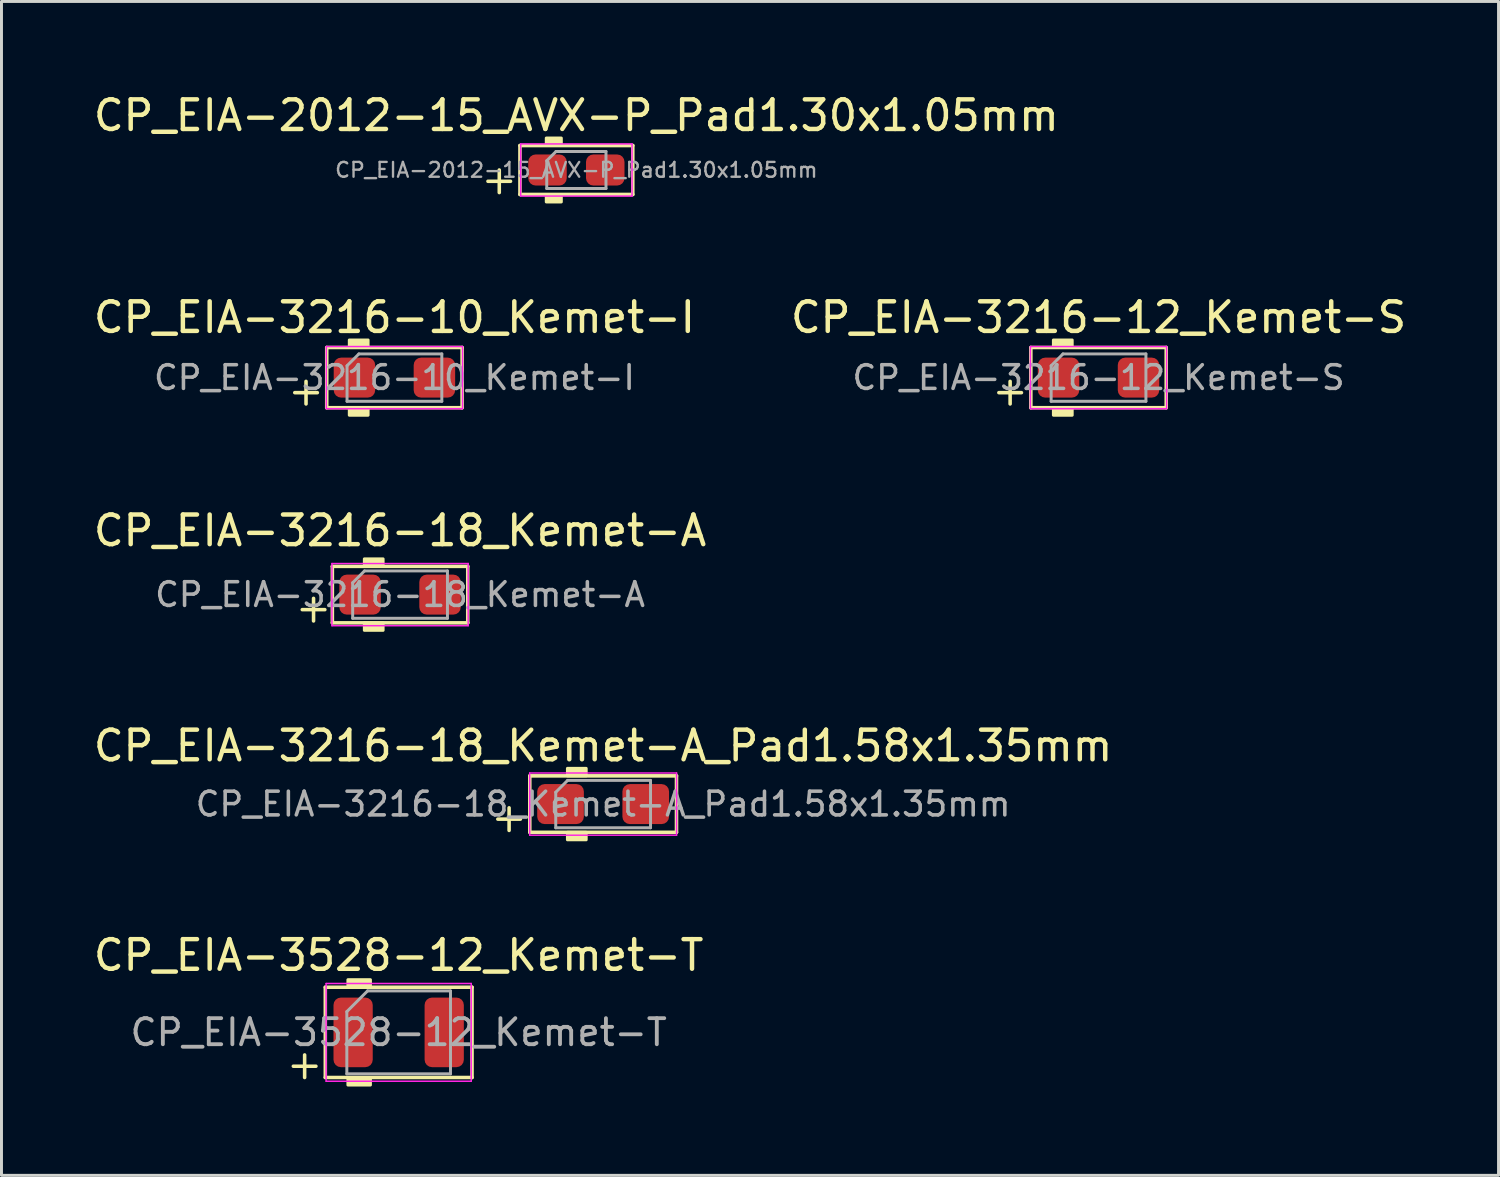
<source format=kicad_pcb>
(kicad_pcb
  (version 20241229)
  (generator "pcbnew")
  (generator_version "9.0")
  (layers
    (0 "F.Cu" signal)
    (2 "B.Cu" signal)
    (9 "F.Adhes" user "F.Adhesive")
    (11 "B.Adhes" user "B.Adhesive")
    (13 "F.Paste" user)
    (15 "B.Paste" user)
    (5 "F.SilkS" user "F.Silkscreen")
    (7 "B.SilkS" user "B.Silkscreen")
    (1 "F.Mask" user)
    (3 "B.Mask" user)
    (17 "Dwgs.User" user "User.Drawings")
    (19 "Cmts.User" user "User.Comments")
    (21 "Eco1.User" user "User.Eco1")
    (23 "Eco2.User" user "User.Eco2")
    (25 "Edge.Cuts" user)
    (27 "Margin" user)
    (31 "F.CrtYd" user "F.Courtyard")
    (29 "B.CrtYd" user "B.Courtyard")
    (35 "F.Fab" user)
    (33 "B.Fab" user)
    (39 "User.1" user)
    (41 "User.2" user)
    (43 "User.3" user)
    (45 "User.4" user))
  (footprint "CP_EIA-2012-15_AVX-P_Pad1.30x1.05mm"
    (layer "F.Cu")
    (at 16.411 2.69)
    (property "Reference" "CP_EIA-2012-15_AVX-P_Pad1.30x1.05mm" (at 0 -1.841 0) (layer "F.SilkS") (effects (font (size 1 1) (thickness 0.15))))
    (attr smd)
    (fp_line (start -2.985 0.381) (end -2.223 0.381) (stroke (width 0.12) (type solid)) (layer "F.SilkS"))
    (fp_line (start -2.603 0) (end -2.603 0.762) (stroke (width 0.12) (type solid)) (layer "F.SilkS"))
    (fp_line (start -1.905 -0.826) (end -1.905 0.826) (stroke (width 0.12) (type solid)) (layer "F.SilkS"))
    (fp_line (start -1.905 0.826) (end 1.905 0.826) (stroke (width 0.12) (type solid)) (layer "F.SilkS"))
    (fp_line (start 1.905 -0.826) (end -1.905 -0.826) (stroke (width 0.12) (type solid)) (layer "F.SilkS"))
    (fp_line (start 1.905 0.826) (end 1.905 -0.826) (stroke (width 0.12) (type solid)) (layer "F.SilkS"))
    (fp_poly (pts (xy -0.508 -0.826) (xy -1.016 -0.826) (xy -1.016 -1.079) (xy -0.508 -1.079)) (stroke (width 0.1) (type solid)) (fill yes) (layer "F.SilkS"))
    (fp_poly (pts (xy -0.508 1.079) (xy -1.016 1.079) (xy -1.016 0.826) (xy -0.508 0.826)) (stroke (width 0.1) (type solid)) (fill yes) (layer "F.SilkS"))
    (fp_line (start -1.88 -0.88) (end 1.88 -0.88) (stroke (width 0.05) (type solid)) (layer "F.CrtYd"))
    (fp_line (start -1.88 0.88) (end -1.88 -0.88) (stroke (width 0.05) (type solid)) (layer "F.CrtYd"))
    (fp_line (start 1.88 -0.88) (end 1.88 0.88) (stroke (width 0.05) (type solid)) (layer "F.CrtYd"))
    (fp_line (start 1.88 0.88) (end -1.88 0.88) (stroke (width 0.05) (type solid)) (layer "F.CrtYd"))
    (fp_line (start -1 -0.312) (end -1 0.625) (stroke (width 0.1) (type solid)) (layer "F.Fab"))
    (fp_line (start -1 0.625) (end 1 0.625) (stroke (width 0.1) (type solid)) (layer "F.Fab"))
    (fp_line (start -0.688 -0.625) (end -1 -0.312) (stroke (width 0.1) (type solid)) (layer "F.Fab"))
    (fp_line (start 1 -0.625) (end -0.688 -0.625) (stroke (width 0.1) (type solid)) (layer "F.Fab"))
    (fp_line (start 1 0.625) (end 1 -0.625) (stroke (width 0.1) (type solid)) (layer "F.Fab"))
    (fp_text user "${REFERENCE}" (at 0 0 0) (layer "F.Fab") (effects (font (size 0.5 0.5) (thickness 0.08))))
    (pad "1" smd roundrect (at -0.975 0) (size 1.3 1.05) (layers "F.Cu" "F.Mask" "F.Paste") (roundrect_rratio 0.238))
    (pad "2" smd roundrect (at 0.975 0) (size 1.3 1.05) (layers "F.Cu" "F.Mask" "F.Paste") (roundrect_rratio 0.238)))
  (footprint "CP_EIA-3216-18_Kemet-A"
    (layer "F.Cu")
    (at 10.458 17.027)
    (property "Reference" "CP_EIA-3216-18_Kemet-A" (at 0 -2.159 0) (layer "F.SilkS") (effects (font (size 1 1) (thickness 0.15))))
    (attr smd)
    (fp_line (start -3.302 0.508) (end -2.54 0.508) (stroke (width 0.12) (type solid)) (layer "F.SilkS"))
    (fp_line (start -2.921 0.127) (end -2.921 0.889) (stroke (width 0.12) (type solid)) (layer "F.SilkS"))
    (fp_line (start -2.286 -0.953) (end -2.286 0.953) (stroke (width 0.12) (type solid)) (layer "F.SilkS"))
    (fp_line (start -2.286 0.953) (end 2.286 0.953) (stroke (width 0.12) (type solid)) (layer "F.SilkS"))
    (fp_line (start 2.286 -0.953) (end -2.286 -0.953) (stroke (width 0.12) (type solid)) (layer "F.SilkS"))
    (fp_line (start 2.286 0.953) (end 2.286 -0.953) (stroke (width 0.12) (type solid)) (layer "F.SilkS"))
    (fp_poly (pts (xy -0.572 -0.953) (xy -1.206 -0.953) (xy -1.206 -1.206) (xy -0.572 -1.206)) (stroke (width 0.1) (type solid)) (fill yes) (layer "F.SilkS"))
    (fp_poly (pts (xy -0.572 1.206) (xy -1.206 1.206) (xy -1.206 0.953) (xy -0.572 0.953)) (stroke (width 0.1) (type solid)) (fill yes) (layer "F.SilkS"))
    (fp_line (start -2.3 -1.05) (end 2.3 -1.05) (stroke (width 0.05) (type solid)) (layer "F.CrtYd"))
    (fp_line (start -2.3 1.05) (end -2.3 -1.05) (stroke (width 0.05) (type solid)) (layer "F.CrtYd"))
    (fp_line (start 2.3 -1.05) (end 2.3 1.05) (stroke (width 0.05) (type solid)) (layer "F.CrtYd"))
    (fp_line (start 2.3 1.05) (end -2.3 1.05) (stroke (width 0.05) (type solid)) (layer "F.CrtYd"))
    (fp_line (start -1.6 -0.4) (end -1.6 0.8) (stroke (width 0.1) (type solid)) (layer "F.Fab"))
    (fp_line (start -1.6 0.8) (end 1.6 0.8) (stroke (width 0.1) (type solid)) (layer "F.Fab"))
    (fp_line (start -1.2 -0.8) (end -1.6 -0.4) (stroke (width 0.1) (type solid)) (layer "F.Fab"))
    (fp_line (start 1.6 -0.8) (end -1.2 -0.8) (stroke (width 0.1) (type solid)) (layer "F.Fab"))
    (fp_line (start 1.6 0.8) (end 1.6 -0.8) (stroke (width 0.1) (type solid)) (layer "F.Fab"))
    (fp_text user "${REFERENCE}" (at 0 0 0) (layer "F.Fab") (effects (font (size 0.8 0.8) (thickness 0.12))))
    (pad "1" smd roundrect (at -1.35 0) (size 1.4 1.35) (layers "F.Cu" "F.Mask" "F.Paste") (roundrect_rratio 0.185))
    (pad "2" smd roundrect (at 1.35 0) (size 1.4 1.35) (layers "F.Cu" "F.Mask" "F.Paste") (roundrect_rratio 0.185)))
  (footprint "CP_EIA-3528-12_Kemet-T"
    (layer "F.Cu")
    (at 10.411 31.808)
    (property "Reference" "CP_EIA-3528-12_Kemet-T" (at 0 -2.603 0) (layer "F.SilkS") (effects (font (size 1 1) (thickness 0.15))))
    (attr smd)
    (fp_line (start -3.556 1.143) (end -2.794 1.143) (stroke (width 0.12) (type solid)) (layer "F.SilkS"))
    (fp_line (start -3.175 0.762) (end -3.175 1.524) (stroke (width 0.12) (type solid)) (layer "F.SilkS"))
    (fp_line (start -2.477 -1.524) (end 2.477 -1.524) (stroke (width 0.12) (type solid)) (layer "F.SilkS"))
    (fp_line (start -2.477 1.524) (end -2.477 -1.524) (stroke (width 0.12) (type solid)) (layer "F.SilkS"))
    (fp_line (start 2.477 -1.524) (end 2.477 1.524) (stroke (width 0.12) (type solid)) (layer "F.SilkS"))
    (fp_line (start 2.477 1.524) (end -2.477 1.524) (stroke (width 0.12) (type solid)) (layer "F.SilkS"))
    (fp_poly (pts (xy -0.953 -1.524) (xy -1.714 -1.524) (xy -1.714 -1.778) (xy -0.953 -1.778)) (stroke (width 0.1) (type solid)) (fill yes) (layer "F.SilkS"))
    (fp_poly (pts (xy -0.953 1.778) (xy -1.714 1.778) (xy -1.714 1.524) (xy -0.953 1.524)) (stroke (width 0.1) (type solid)) (fill yes) (layer "F.SilkS"))
    (fp_line (start -2.45 -1.65) (end 2.45 -1.65) (stroke (width 0.05) (type solid)) (layer "F.CrtYd"))
    (fp_line (start -2.45 1.65) (end -2.45 -1.65) (stroke (width 0.05) (type solid)) (layer "F.CrtYd"))
    (fp_line (start 2.45 -1.65) (end 2.45 1.65) (stroke (width 0.05) (type solid)) (layer "F.CrtYd"))
    (fp_line (start 2.45 1.65) (end -2.45 1.65) (stroke (width 0.05) (type solid)) (layer "F.CrtYd"))
    (fp_line (start -1.75 -0.7) (end -1.75 1.4) (stroke (width 0.1) (type solid)) (layer "F.Fab"))
    (fp_line (start -1.75 1.4) (end 1.75 1.4) (stroke (width 0.1) (type solid)) (layer "F.Fab"))
    (fp_line (start -1.05 -1.4) (end -1.75 -0.7) (stroke (width 0.1) (type solid)) (layer "F.Fab"))
    (fp_line (start 1.75 -1.4) (end -1.05 -1.4) (stroke (width 0.1) (type solid)) (layer "F.Fab"))
    (fp_line (start 1.75 1.4) (end 1.75 -1.4) (stroke (width 0.1) (type solid)) (layer "F.Fab"))
    (fp_text user "${REFERENCE}" (at 0 0 0) (layer "F.Fab") (effects (font (size 0.88 0.88) (thickness 0.13))))
    (pad "1" smd roundrect (at -1.538 0) (size 1.325 2.35) (layers "F.Cu" "F.Mask" "F.Paste") (roundrect_rratio 0.189))
    (pad "2" smd roundrect (at 1.538 0) (size 1.325 2.35) (layers "F.Cu" "F.Mask" "F.Paste") (roundrect_rratio 0.189)))
  (footprint "CP_EIA-3216-10_Kemet-I"
    (layer "F.Cu")
    (at 10.268 9.7)
    (property "Reference" "CP_EIA-3216-10_Kemet-I" (at 0 -2.032 0) (layer "F.SilkS") (effects (font (size 1 1) (thickness 0.15))))
    (attr smd)
    (fp_line (start -3.365 0.508) (end -2.603 0.508) (stroke (width 0.12) (type solid)) (layer "F.SilkS"))
    (fp_line (start -2.985 0.127) (end -2.985 0.889) (stroke (width 0.12) (type solid)) (layer "F.SilkS"))
    (fp_line (start -2.286 -1.016) (end -2.286 1.016) (stroke (width 0.12) (type solid)) (layer "F.SilkS"))
    (fp_line (start -2.286 1.016) (end 2.286 1.016) (stroke (width 0.12) (type solid)) (layer "F.SilkS"))
    (fp_line (start 2.286 -1.016) (end -2.286 -1.016) (stroke (width 0.12) (type solid)) (layer "F.SilkS"))
    (fp_line (start 2.286 1.016) (end 2.286 -1.016) (stroke (width 0.12) (type solid)) (layer "F.SilkS"))
    (fp_poly (pts (xy -0.889 -1.016) (xy -1.524 -1.016) (xy -1.524 -1.27) (xy -0.889 -1.27)) (stroke (width 0.1) (type solid)) (fill yes) (layer "F.SilkS"))
    (fp_poly (pts (xy -0.889 1.27) (xy -1.524 1.27) (xy -1.524 1.016) (xy -0.889 1.016)) (stroke (width 0.1) (type solid)) (fill yes) (layer "F.SilkS"))
    (fp_line (start -2.3 -1.05) (end 2.3 -1.05) (stroke (width 0.05) (type solid)) (layer "F.CrtYd"))
    (fp_line (start -2.3 1.05) (end -2.3 -1.05) (stroke (width 0.05) (type solid)) (layer "F.CrtYd"))
    (fp_line (start 2.3 -1.05) (end 2.3 1.05) (stroke (width 0.05) (type solid)) (layer "F.CrtYd"))
    (fp_line (start 2.3 1.05) (end -2.3 1.05) (stroke (width 0.05) (type solid)) (layer "F.CrtYd"))
    (fp_line (start -1.6 -0.4) (end -1.6 0.8) (stroke (width 0.1) (type solid)) (layer "F.Fab"))
    (fp_line (start -1.6 0.8) (end 1.6 0.8) (stroke (width 0.1) (type solid)) (layer "F.Fab"))
    (fp_line (start -1.2 -0.8) (end -1.6 -0.4) (stroke (width 0.1) (type solid)) (layer "F.Fab"))
    (fp_line (start 1.6 -0.8) (end -1.2 -0.8) (stroke (width 0.1) (type solid)) (layer "F.Fab"))
    (fp_line (start 1.6 0.8) (end 1.6 -0.8) (stroke (width 0.1) (type solid)) (layer "F.Fab"))
    (fp_text user "${REFERENCE}" (at 0 0 0) (layer "F.Fab") (effects (font (size 0.8 0.8) (thickness 0.12))))
    (pad "1" smd roundrect (at -1.35 0) (size 1.4 1.35) (layers "F.Cu" "F.Mask" "F.Paste") (roundrect_rratio 0.185))
    (pad "2" smd roundrect (at 1.35 0) (size 1.4 1.35) (layers "F.Cu" "F.Mask" "F.Paste") (roundrect_rratio 0.185)))
  (footprint "CP_EIA-3216-18_Kemet-A_Pad1.58x1.35mm"
    (layer "F.Cu")
    (at 17.315 24.1)
    (property "Reference" "CP_EIA-3216-18_Kemet-A_Pad1.58x1.35mm" (at 0 -1.968 0) (layer "F.SilkS") (effects (font (size 1 1) (thickness 0.15))))
    (attr smd)
    (fp_line (start -3.556 0.508) (end -2.794 0.508) (stroke (width 0.12) (type solid)) (layer "F.SilkS"))
    (fp_line (start -3.175 0.127) (end -3.175 0.889) (stroke (width 0.12) (type solid)) (layer "F.SilkS"))
    (fp_line (start -2.477 -0.953) (end -2.477 0.953) (stroke (width 0.12) (type solid)) (layer "F.SilkS"))
    (fp_line (start -2.477 0.953) (end 2.477 0.953) (stroke (width 0.12) (type solid)) (layer "F.SilkS"))
    (fp_line (start 2.477 -0.953) (end -2.477 -0.953) (stroke (width 0.12) (type solid)) (layer "F.SilkS"))
    (fp_line (start 2.477 0.953) (end 2.477 -0.953) (stroke (width 0.12) (type solid)) (layer "F.SilkS"))
    (fp_poly (pts (xy -0.572 -0.953) (xy -1.206 -0.953) (xy -1.206 -1.206) (xy -0.572 -1.206)) (stroke (width 0.1) (type solid)) (fill yes) (layer "F.SilkS"))
    (fp_poly (pts (xy -0.572 1.206) (xy -1.206 1.206) (xy -1.206 0.953) (xy -0.572 0.953)) (stroke (width 0.1) (type solid)) (fill yes) (layer "F.SilkS"))
    (fp_line (start -2.48 -1.05) (end 2.48 -1.05) (stroke (width 0.05) (type solid)) (layer "F.CrtYd"))
    (fp_line (start -2.48 1.05) (end -2.48 -1.05) (stroke (width 0.05) (type solid)) (layer "F.CrtYd"))
    (fp_line (start 2.48 -1.05) (end 2.48 1.05) (stroke (width 0.05) (type solid)) (layer "F.CrtYd"))
    (fp_line (start 2.48 1.05) (end -2.48 1.05) (stroke (width 0.05) (type solid)) (layer "F.CrtYd"))
    (fp_line (start -1.6 -0.4) (end -1.6 0.8) (stroke (width 0.1) (type solid)) (layer "F.Fab"))
    (fp_line (start -1.6 0.8) (end 1.6 0.8) (stroke (width 0.1) (type solid)) (layer "F.Fab"))
    (fp_line (start -1.2 -0.8) (end -1.6 -0.4) (stroke (width 0.1) (type solid)) (layer "F.Fab"))
    (fp_line (start 1.6 -0.8) (end -1.2 -0.8) (stroke (width 0.1) (type solid)) (layer "F.Fab"))
    (fp_line (start 1.6 0.8) (end 1.6 -0.8) (stroke (width 0.1) (type solid)) (layer "F.Fab"))
    (fp_text user "${REFERENCE}" (at 0 0 0) (layer "F.Fab") (effects (font (size 0.8 0.8) (thickness 0.12))))
    (pad "1" smd roundrect (at -1.438 0) (size 1.575 1.35) (layers "F.Cu" "F.Mask" "F.Paste") (roundrect_rratio 0.185))
    (pad "2" smd roundrect (at 1.438 0) (size 1.575 1.35) (layers "F.Cu" "F.Mask" "F.Paste") (roundrect_rratio 0.185)))
  (footprint "CP_EIA-3216-12_Kemet-S"
    (layer "F.Cu")
    (at 34.042 9.7)
    (property "Reference" "CP_EIA-3216-12_Kemet-S" (at 0 -2.032 0) (layer "F.SilkS") (effects (font (size 1 1) (thickness 0.15))))
    (attr smd)
    (fp_line (start -3.365 0.508) (end -2.603 0.508) (stroke (width 0.12) (type solid)) (layer "F.SilkS"))
    (fp_line (start -2.985 0.127) (end -2.985 0.889) (stroke (width 0.12) (type solid)) (layer "F.SilkS"))
    (fp_line (start -2.286 -1.016) (end -2.286 1.016) (stroke (width 0.12) (type solid)) (layer "F.SilkS"))
    (fp_line (start -2.286 1.016) (end 2.286 1.016) (stroke (width 0.12) (type solid)) (layer "F.SilkS"))
    (fp_line (start 2.286 -1.016) (end -2.286 -1.016) (stroke (width 0.12) (type solid)) (layer "F.SilkS"))
    (fp_line (start 2.286 1.016) (end 2.286 -1.016) (stroke (width 0.12) (type solid)) (layer "F.SilkS"))
    (fp_poly (pts (xy -0.889 -1.016) (xy -1.524 -1.016) (xy -1.524 -1.27) (xy -0.889 -1.27)) (stroke (width 0.1) (type solid)) (fill yes) (layer "F.SilkS"))
    (fp_poly (pts (xy -0.889 1.27) (xy -1.524 1.27) (xy -1.524 1.016) (xy -0.889 1.016)) (stroke (width 0.1) (type solid)) (fill yes) (layer "F.SilkS"))
    (fp_line (start -2.3 -1.05) (end 2.3 -1.05) (stroke (width 0.05) (type solid)) (layer "F.CrtYd"))
    (fp_line (start -2.3 1.05) (end -2.3 -1.05) (stroke (width 0.05) (type solid)) (layer "F.CrtYd"))
    (fp_line (start 2.3 -1.05) (end 2.3 1.05) (stroke (width 0.05) (type solid)) (layer "F.CrtYd"))
    (fp_line (start 2.3 1.05) (end -2.3 1.05) (stroke (width 0.05) (type solid)) (layer "F.CrtYd"))
    (fp_line (start -1.6 -0.4) (end -1.6 0.8) (stroke (width 0.1) (type solid)) (layer "F.Fab"))
    (fp_line (start -1.6 0.8) (end 1.6 0.8) (stroke (width 0.1) (type solid)) (layer "F.Fab"))
    (fp_line (start -1.2 -0.8) (end -1.6 -0.4) (stroke (width 0.1) (type solid)) (layer "F.Fab"))
    (fp_line (start 1.6 -0.8) (end -1.2 -0.8) (stroke (width 0.1) (type solid)) (layer "F.Fab"))
    (fp_line (start 1.6 0.8) (end 1.6 -0.8) (stroke (width 0.1) (type solid)) (layer "F.Fab"))
    (fp_text user "${REFERENCE}" (at 0 0 0) (layer "F.Fab") (effects (font (size 0.8 0.8) (thickness 0.12))))
    (pad "1" smd roundrect (at -1.35 0) (size 1.4 1.35) (layers "F.Cu" "F.Mask" "F.Paste") (roundrect_rratio 0.185))
    (pad "2" smd roundrect (at 1.35 0) (size 1.4 1.35) (layers "F.Cu" "F.Mask" "F.Paste") (roundrect_rratio 0.185)))
  (gr_rect
    (start -3 -3)
    (end 47.548 36.636)
    (stroke (width 0.1) (type default))
    (fill no)
    (layer "Edge.Cuts")))
</source>
